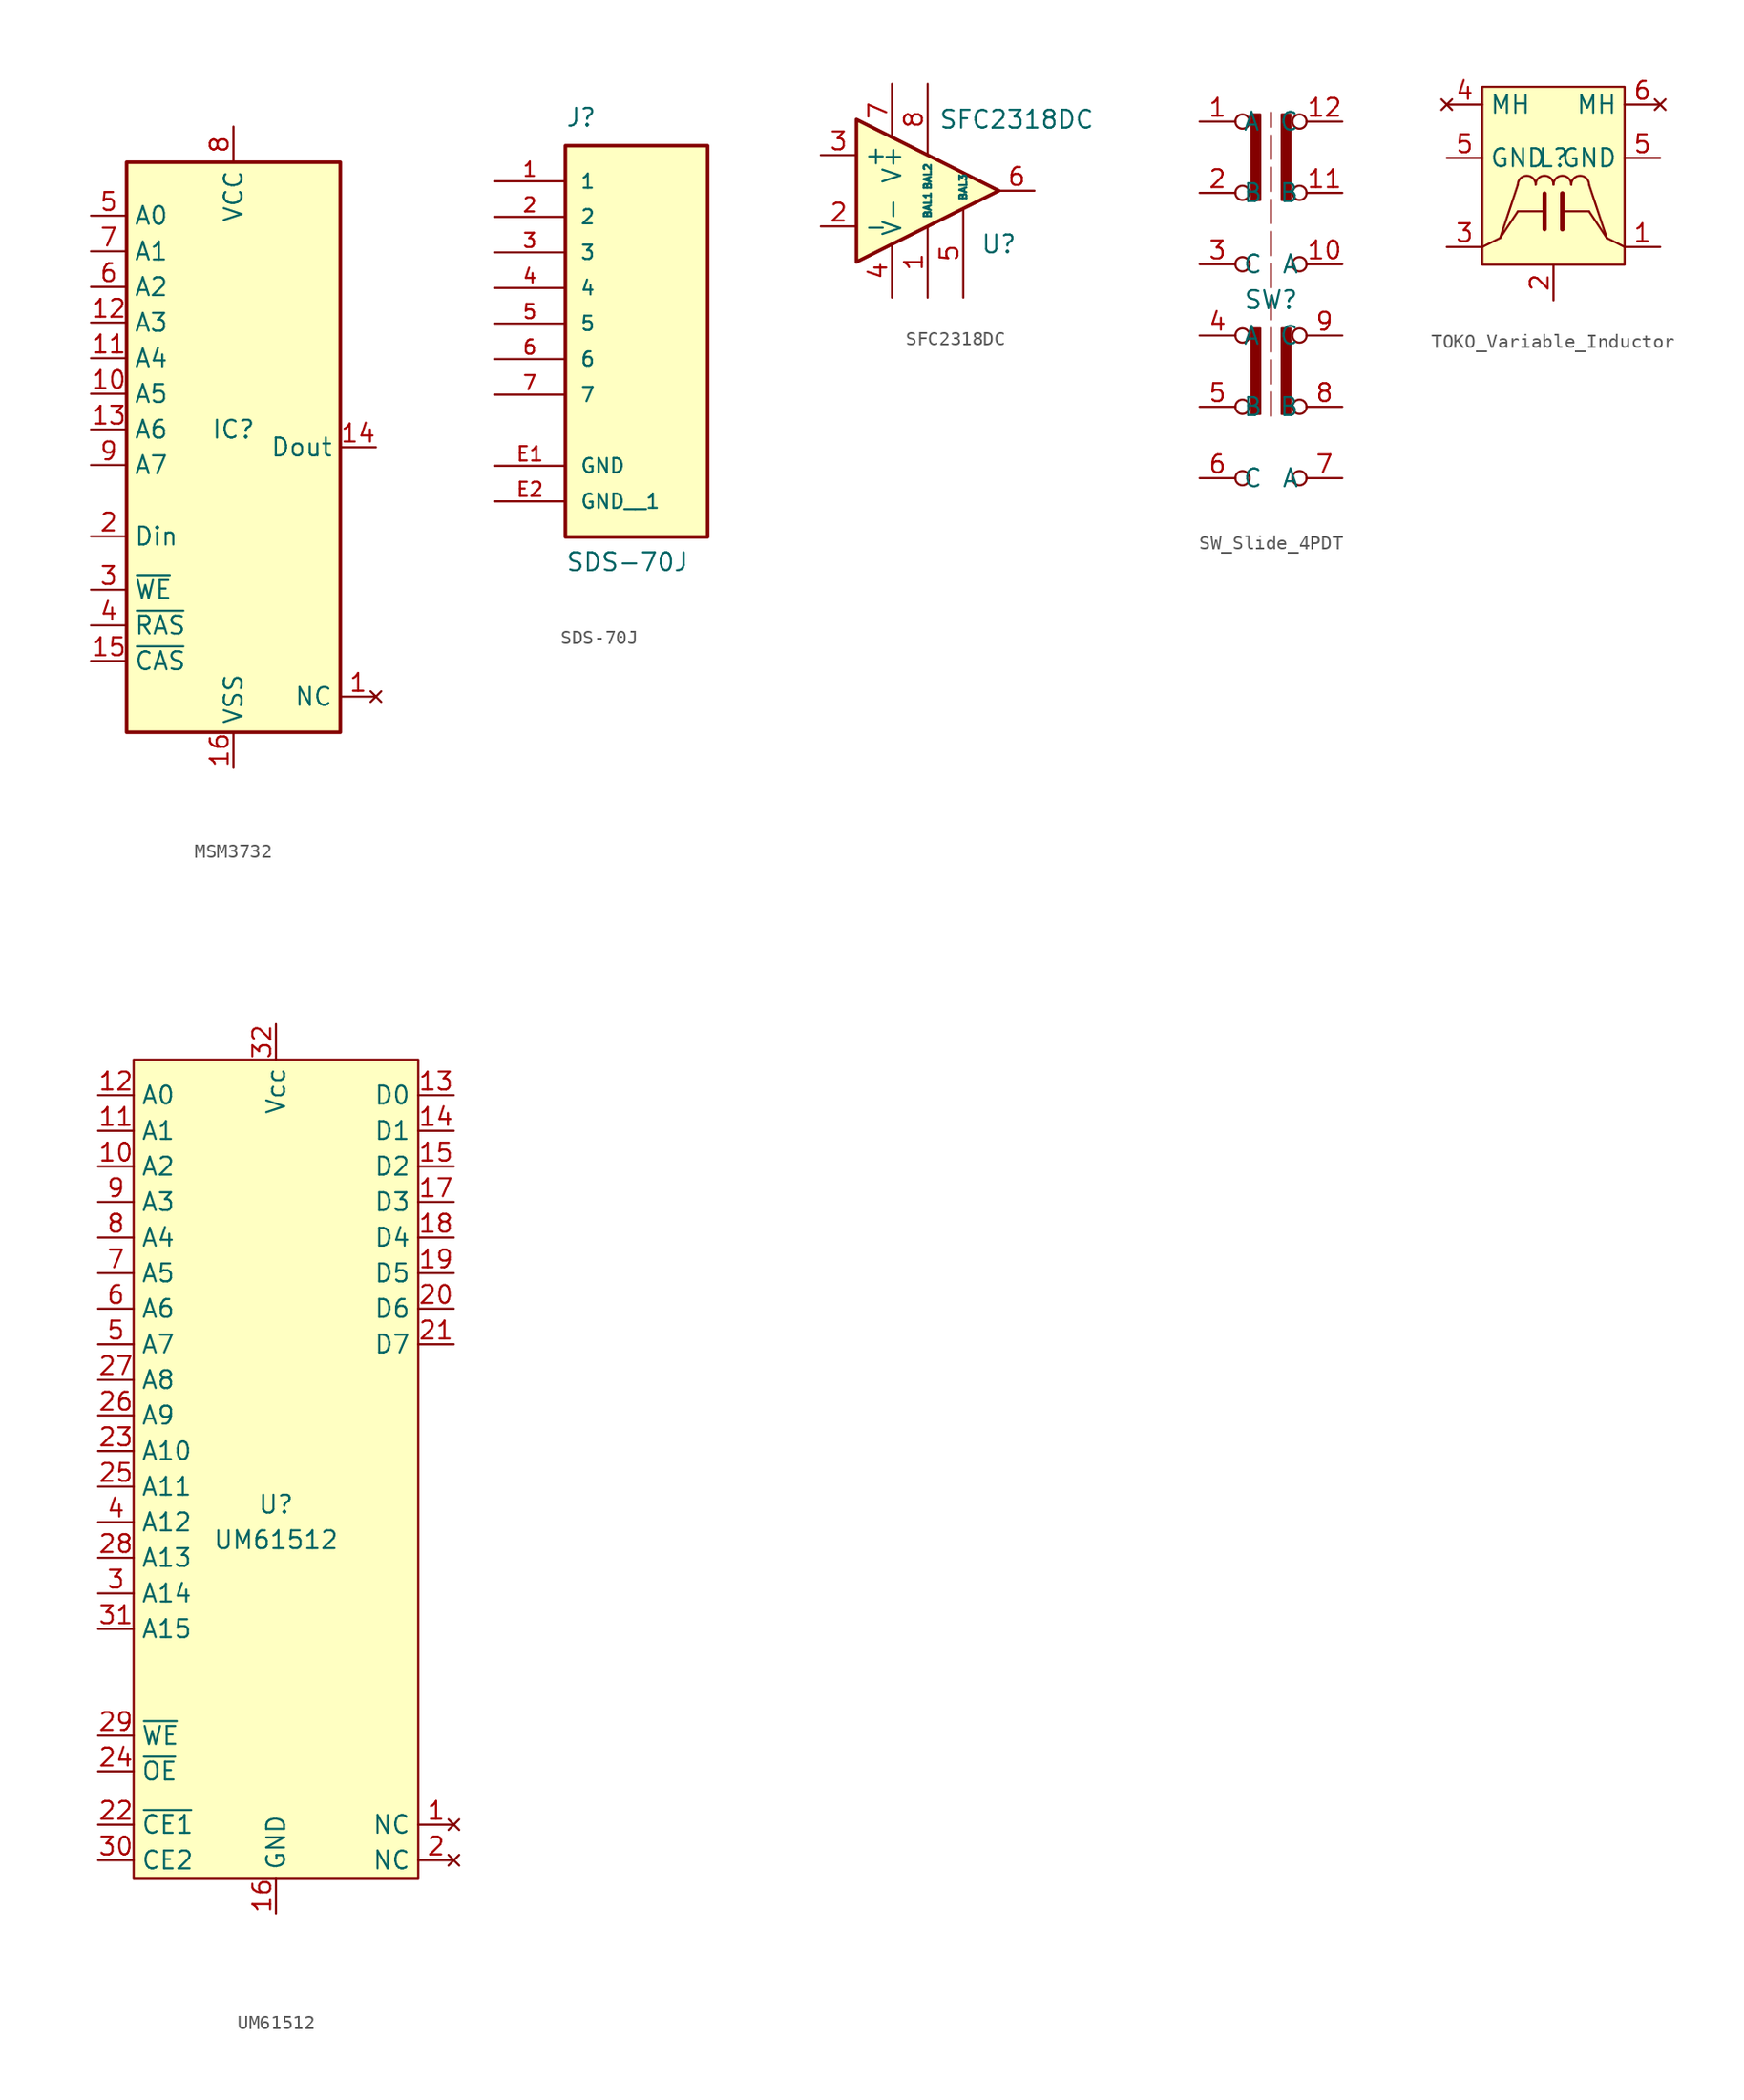
<source format=kicad_sym>
(kicad_symbol_lib
  (version 20231120)
  (generator "kicad_symbol_editor")
  (generator_version "8.0")
  (symbol "MSM3732"
    (property "Reference" "IC"
      (at 0 1.27 0)
      (effects (font (size 1.27 1.27))))
    (property "Value" ""
      (at 0 1.27 0)
      (effects (font (size 1.27 1.27))))
    (symbol "MSM3732_0_1"
      (rectangle (start -7.62 20.32) (end 7.62 -20.32) (stroke (width 0.254) (type default)) (fill (type background))))
    (symbol "MSM3732_1_1"
      (pin no_connect line (at 10.16 -17.78 180) (length 2.54) (name "NC" (effects (font (size 1.27 1.27)))) (number "1" (effects (font (size 1.27 1.27)))))
      (pin input line (at -10.16 3.81 0) (length 2.54) (name "A5" (effects (font (size 1.27 1.27)))) (number "10" (effects (font (size 1.27 1.27)))))
      (pin input line (at -10.16 6.35 0) (length 2.54) (name "A4" (effects (font (size 1.27 1.27)))) (number "11" (effects (font (size 1.27 1.27)))))
      (pin input line (at -10.16 8.89 0) (length 2.54) (name "A3" (effects (font (size 1.27 1.27)))) (number "12" (effects (font (size 1.27 1.27)))))
      (pin input line (at -10.16 1.27 0) (length 2.54) (name "A6" (effects (font (size 1.27 1.27)))) (number "13" (effects (font (size 1.27 1.27)))))
      (pin tri_state line (at 10.16 0 180) (length 2.54) (name "Dout" (effects (font (size 1.27 1.27)))) (number "14" (effects (font (size 1.27 1.27)))))
      (pin input line (at -10.16 -15.24 0) (length 2.54) (name "~{CAS}" (effects (font (size 1.27 1.27)))) (number "15" (effects (font (size 1.27 1.27)))))
      (pin power_in line (at 0 -22.86 90) (length 2.54) (name "VSS" (effects (font (size 1.27 1.27)))) (number "16" (effects (font (size 1.27 1.27)))))
      (pin input line (at -10.16 -6.35 0) (length 2.54) (name "Din" (effects (font (size 1.27 1.27)))) (number "2" (effects (font (size 1.27 1.27)))))
      (pin input line (at -10.16 -10.16 0) (length 2.54) (name "~{WE}" (effects (font (size 1.27 1.27)))) (number "3" (effects (font (size 1.27 1.27)))))
      (pin input line (at -10.16 -12.7 0) (length 2.54) (name "~{RAS}" (effects (font (size 1.27 1.27)))) (number "4" (effects (font (size 1.27 1.27)))))
      (pin input line (at -10.16 16.51 0) (length 2.54) (name "A0" (effects (font (size 1.27 1.27)))) (number "5" (effects (font (size 1.27 1.27)))))
      (pin input line (at -10.16 11.43 0) (length 2.54) (name "A2" (effects (font (size 1.27 1.27)))) (number "6" (effects (font (size 1.27 1.27)))))
      (pin input line (at -10.16 13.97 0) (length 2.54) (name "A1" (effects (font (size 1.27 1.27)))) (number "7" (effects (font (size 1.27 1.27)))))
      (pin power_in line (at 0 22.86 270) (length 2.54) (name "VCC" (effects (font (size 1.27 1.27)))) (number "8" (effects (font (size 1.27 1.27)))))
      (pin input line (at -10.16 -1.27 0) (length 2.54) (name "A7" (effects (font (size 1.27 1.27)))) (number "9" (effects (font (size 1.27 1.27)))))))
  (symbol "SDS-70J"
    (pin_names
      (offset 1.016))
    (property "Reference" "J"
      (at -5.08 13.97 0)
      (effects (font (size 1.27 1.27)) (justify left bottom)))
    (property "Value" "SDS-70J"
      (at -5.08 -17.78 0)
      (effects (font (size 1.27 1.27)) (justify left bottom)))
    (symbol "SDS-70J_0_0"
      (rectangle (start -5.08 -15.24) (end 5.08 12.7) (stroke (width 0.254) (type default)) (fill (type background)))
      (pin passive line (at -10.16 10.16 0) (length 5.08) (name "1" (effects (font (size 1.016 1.016)))) (number "1" (effects (font (size 1.016 1.016)))))
      (pin passive line (at -10.16 7.62 0) (length 5.08) (name "2" (effects (font (size 1.016 1.016)))) (number "2" (effects (font (size 1.016 1.016)))))
      (pin passive line (at -10.16 5.08 0) (length 5.08) (name "3" (effects (font (size 1.016 1.016)))) (number "3" (effects (font (size 1.016 1.016)))))
      (pin passive line (at -10.16 2.54 0) (length 5.08) (name "4" (effects (font (size 1.016 1.016)))) (number "4" (effects (font (size 1.016 1.016)))))
      (pin passive line (at -10.16 0 0) (length 5.08) (name "5" (effects (font (size 1.016 1.016)))) (number "5" (effects (font (size 1.016 1.016)))))
      (pin passive line (at -10.16 -2.54 0) (length 5.08) (name "6" (effects (font (size 1.016 1.016)))) (number "6" (effects (font (size 1.016 1.016)))))
      (pin passive line (at -10.16 -5.08 0) (length 5.08) (name "7" (effects (font (size 1.016 1.016)))) (number "7" (effects (font (size 1.016 1.016)))))
      (pin power_in line (at -10.16 -10.16 0) (length 5.08) (name "GND" (effects (font (size 1.016 1.016)))) (number "E1" (effects (font (size 1.016 1.016)))))
      (pin power_in line (at -10.16 -12.7 0) (length 5.08) (name "GND__1" (effects (font (size 1.016 1.016)))) (number "E2" (effects (font (size 1.016 1.016)))))))
  (symbol "SFC2318DC"
    (property "Reference" "U"
      (at 7.62 -3.81 0)
      (effects (font (size 1.27 1.27))))
    (property "Value" "SFC2318DC"
      (at 8.89 5.08 0)
      (effects (font (size 1.27 1.27))))
    (symbol "SFC2318DC_0_1"
      (polyline (pts (xy 7.62 0) (xy -2.54 5.08) (xy -2.54 -5.08) (xy 7.62 0)) (stroke (width 0.254) (type default)) (fill (type background))))
    (symbol "SFC2318DC_1_1"
      (pin passive line (at 2.54 -7.62 90) (length 5.08) (name "BAL1" (effects (font (size 0.508 0.508)))) (number "1" (effects (font (size 1.27 1.27)))))
      (pin input line (at -5.08 -2.54 0) (length 2.54) (name "-" (effects (font (size 1.27 1.27)))) (number "2" (effects (font (size 1.27 1.27)))))
      (pin input line (at -5.08 2.54 0) (length 2.54) (name "+" (effects (font (size 1.27 1.27)))) (number "3" (effects (font (size 1.27 1.27)))))
      (pin power_in line (at 0 -7.62 90) (length 3.81) (name "V-" (effects (font (size 1.27 1.27)))) (number "4" (effects (font (size 1.27 1.27)))))
      (pin passive line (at 5.08 -7.62 90) (length 6.35) (name "BAL3" (effects (font (size 0.508 0.508)))) (number "5" (effects (font (size 1.27 1.27)))))
      (pin output line (at 10.16 0 180) (length 2.54) (name "~" (effects (font (size 1.27 1.27)))) (number "6" (effects (font (size 1.27 1.27)))))
      (pin power_in line (at 0 7.62 270) (length 3.81) (name "V+" (effects (font (size 1.27 1.27)))) (number "7" (effects (font (size 1.27 1.27)))))
      (pin passive line (at 2.54 7.62 270) (length 5.08) (name "BAL2" (effects (font (size 0.508 0.508)))) (number "8" (effects (font (size 1.27 1.27)))))))
  (symbol "SW_Slide_4PDT"
    (property "Reference" "SW"
      (at 0 0 0)
      (effects (font (size 1.27 1.27))))
    (property "Value" ""
      (at 0 0 0)
      (effects (font (size 1.27 1.27))))
    (symbol "SW_Slide_4PDT_0_0"
      (circle (center -2.032 -12.7) (radius 0.508) (stroke (width 0) (type default)) (fill (type none)))
      (circle (center -2.032 -2.54) (radius 0.508) (stroke (width 0) (type default)) (fill (type none)))
      (circle (center -2.032 2.54) (radius 0.508) (stroke (width 0) (type default)) (fill (type none)))
      (circle (center -2.032 12.7) (radius 0.508) (stroke (width 0) (type default)) (fill (type none)))
      (circle (center 2.032 -12.7) (radius 0.508) (stroke (width 0) (type default)) (fill (type none)))
      (circle (center 2.032 -7.62) (radius 0.508) (stroke (width 0) (type default)) (fill (type none)))
      (circle (center 2.032 2.54) (radius 0.508) (stroke (width 0) (type default)) (fill (type none)))
      (circle (center 2.032 7.62) (radius 0.508) (stroke (width 0) (type default)) (fill (type none))))
    (symbol "SW_Slide_4PDT_0_1"
      (circle (center -2.032 -7.62) (radius 0.508) (stroke (width 0) (type default)) (fill (type none)))
      (circle (center -2.032 7.62) (radius 0.508) (stroke (width 0) (type default)) (fill (type none)))
      (circle (center 2.032 -2.54) (radius 0.508) (stroke (width 0) (type default)) (fill (type none)))
      (circle (center 2.032 12.7) (radius 0.508) (stroke (width 0) (type default)) (fill (type none))))
    (symbol "SW_Slide_4PDT_1_1"
      (rectangle (start -1.397 -2.032) (end -0.762 -8.128) (stroke (width 0) (type default)) (fill (type outline)))
      (rectangle (start -1.397 13.208) (end -0.762 7.112) (stroke (width 0) (type default)) (fill (type outline)))
      (polyline (pts (xy 0 -8.255) (xy 0 13.335)) (stroke (width 0) (type dash)) (fill (type none)))
      (rectangle (start 0.762 -2.032) (end 1.397 -8.128) (stroke (width 0) (type default)) (fill (type outline)))
      (rectangle (start 0.762 13.208) (end 1.397 7.112) (stroke (width 0) (type default)) (fill (type outline)))
      (pin passive line (at -5.08 12.7 0) (length 2.54) (name "A" (effects (font (size 1.27 1.27)))) (number "1" (effects (font (size 1.27 1.27)))))
      (pin passive line (at 5.08 2.54 180) (length 2.54) (name "A" (effects (font (size 1.27 1.27)))) (number "10" (effects (font (size 1.27 1.27)))))
      (pin passive line (at 5.08 7.62 180) (length 2.54) (name "B" (effects (font (size 1.27 1.27)))) (number "11" (effects (font (size 1.27 1.27)))))
      (pin passive line (at 5.08 12.7 180) (length 2.54) (name "C" (effects (font (size 1.27 1.27)))) (number "12" (effects (font (size 1.27 1.27)))))
      (pin passive line (at -5.08 7.62 0) (length 2.54) (name "B" (effects (font (size 1.27 1.27)))) (number "2" (effects (font (size 1.27 1.27)))))
      (pin passive line (at -5.08 2.54 0) (length 2.54) (name "C" (effects (font (size 1.27 1.27)))) (number "3" (effects (font (size 1.27 1.27)))))
      (pin passive line (at -5.08 -2.54 0) (length 2.54) (name "A" (effects (font (size 1.27 1.27)))) (number "4" (effects (font (size 1.27 1.27)))))
      (pin passive line (at -5.08 -7.62 0) (length 2.54) (name "B" (effects (font (size 1.27 1.27)))) (number "5" (effects (font (size 1.27 1.27)))))
      (pin passive line (at -5.08 -12.7 0) (length 2.54) (name "C" (effects (font (size 1.27 1.27)))) (number "6" (effects (font (size 1.27 1.27)))))
      (pin passive line (at 5.08 -12.7 180) (length 2.54) (name "A" (effects (font (size 1.27 1.27)))) (number "7" (effects (font (size 1.27 1.27)))))
      (pin passive line (at 5.08 -7.62 180) (length 2.54) (name "B" (effects (font (size 1.27 1.27)))) (number "8" (effects (font (size 1.27 1.27)))))
      (pin passive line (at 5.08 -2.54 180) (length 2.54) (name "C" (effects (font (size 1.27 1.27)))) (number "9" (effects (font (size 1.27 1.27)))))))
  (symbol "TOKO_Variable_Inductor"
    (property "Reference" "L"
      (at 0 0 0)
      (effects (font (size 1.27 1.27))))
    (property "Value" ""
      (at 0 0 0)
      (effects (font (size 1.27 1.27))))
    (symbol "TOKO_Variable_Inductor_0_1"
      (arc (start -1.27 -1.9023) (mid -1.905 -1.27) (end -2.54 -1.9023) (stroke (width 0) (type default)) (fill (type none)))
      (arc (start 0 -1.9023) (mid -0.635 -1.27) (end -1.27 -1.9023) (stroke (width 0) (type default)) (fill (type none)))
      (polyline (pts (xy -3.81 -5.715) (xy -5.08 -6.35)) (stroke (width 0) (type default)) (fill (type none)))
      (polyline (pts (xy -0.635 -5.08) (xy -0.635 -2.54)) (stroke (width 0.305) (type default)) (fill (type none)))
      (polyline (pts (xy -0.635 -3.81) (xy -2.54 -3.81)) (stroke (width 0) (type default)) (fill (type none)))
      (polyline (pts (xy 0.635 -5.08) (xy 0.635 -2.54)) (stroke (width 0.33) (type default)) (fill (type none)))
      (polyline (pts (xy 0.635 -3.81) (xy 2.54 -3.81)) (stroke (width 0) (type default)) (fill (type none)))
      (polyline (pts (xy 2.54 -3.81) (xy 3.81 -5.715)) (stroke (width 0) (type default)) (fill (type none)))
      (polyline (pts (xy 2.54 -1.905) (xy 3.81 -5.715)) (stroke (width 0) (type default)) (fill (type none)))
      (polyline (pts (xy 3.81 -5.715) (xy 5.08 -6.35)) (stroke (width 0) (type default)) (fill (type none)))
      (polyline (pts (xy -2.54 -3.81) (xy -3.81 -5.715) (xy -2.54 -1.905)) (stroke (width 0) (type default)) (fill (type none)))
      (arc (start 1.27 -1.9023) (mid 0.635 -1.27) (end 0 -1.9023) (stroke (width 0) (type default)) (fill (type none)))
      (arc (start 2.54 -1.9023) (mid 1.905 -1.27) (end 1.27 -1.9023) (stroke (width 0) (type default)) (fill (type none))))
    (symbol "TOKO_Variable_Inductor_1_1"
      (rectangle (start -5.08 5.08) (end 5.08 -7.62) (stroke (width 0) (type default)) (fill (type background)))
      (pin passive line (at 7.62 -6.35 180) (length 2.54) (name "~" (effects (font (size 1.27 1.27)))) (number "1" (effects (font (size 1.27 1.27)))))
      (pin passive line (at 0 -10.16 90) (length 2.54) (name "~" (effects (font (size 1.27 1.27)))) (number "2" (effects (font (size 1.27 1.27)))))
      (pin passive line (at -7.62 -6.35 0) (length 2.54) (name "~" (effects (font (size 1.27 1.27)))) (number "3" (effects (font (size 1.27 1.27)))))
      (pin no_connect line (at -7.62 3.81 0) (length 2.54) (name "MH" (effects (font (size 1.27 1.27)))) (number "4" (effects (font (size 1.27 1.27)))))
      (pin passive line (at -7.62 0 0) (length 2.54) (name "GND" (effects (font (size 1.27 1.27)))) (number "5" (effects (font (size 1.27 1.27)))))
      (pin passive line (at 7.62 0 180) (length 2.54) (name "GND" (effects (font (size 1.27 1.27)))) (number "5" (effects (font (size 1.27 1.27)))))
      (pin no_connect line (at 7.62 3.81 180) (length 2.54) (name "MH" (effects (font (size 1.27 1.27)))) (number "6" (effects (font (size 1.27 1.27)))))))
  (symbol "UM61512"
    (property "Reference" "U"
      (at 0 -3.81 0)
      (effects (font (size 1.27 1.27))))
    (property "Value" "UM61512"
      (at 0 -6.35 0)
      (effects (font (size 1.27 1.27))))
    (symbol "UM61512_0_1"
      (rectangle (start -10.16 27.94) (end 10.16 -30.48) (stroke (width 0) (type default)) (fill (type background))))
    (symbol "UM61512_1_1"
      (pin no_connect line (at 12.7 -26.67 180) (length 2.54) (name "NC" (effects (font (size 1.27 1.27)))) (number "1" (effects (font (size 1.27 1.27)))))
      (pin input line (at -12.7 20.32 0) (length 2.54) (name "A2" (effects (font (size 1.27 1.27)))) (number "10" (effects (font (size 1.27 1.27)))))
      (pin input line (at -12.7 22.86 0) (length 2.54) (name "A1" (effects (font (size 1.27 1.27)))) (number "11" (effects (font (size 1.27 1.27)))))
      (pin input line (at -12.7 25.4 0) (length 2.54) (name "A0" (effects (font (size 1.27 1.27)))) (number "12" (effects (font (size 1.27 1.27)))))
      (pin bidirectional line (at 12.7 25.4 180) (length 2.54) (name "D0" (effects (font (size 1.27 1.27)))) (number "13" (effects (font (size 1.27 1.27)))))
      (pin bidirectional line (at 12.7 22.86 180) (length 2.54) (name "D1" (effects (font (size 1.27 1.27)))) (number "14" (effects (font (size 1.27 1.27)))))
      (pin bidirectional line (at 12.7 20.32 180) (length 2.54) (name "D2" (effects (font (size 1.27 1.27)))) (number "15" (effects (font (size 1.27 1.27)))))
      (pin power_in line (at 0 -33.02 90) (length 2.54) (name "GND" (effects (font (size 1.27 1.27)))) (number "16" (effects (font (size 1.27 1.27)))))
      (pin bidirectional line (at 12.7 17.78 180) (length 2.54) (name "D3" (effects (font (size 1.27 1.27)))) (number "17" (effects (font (size 1.27 1.27)))))
      (pin bidirectional line (at 12.7 15.24 180) (length 2.54) (name "D4" (effects (font (size 1.27 1.27)))) (number "18" (effects (font (size 1.27 1.27)))))
      (pin bidirectional line (at 12.7 12.7 180) (length 2.54) (name "D5" (effects (font (size 1.27 1.27)))) (number "19" (effects (font (size 1.27 1.27)))))
      (pin no_connect line (at 12.7 -29.21 180) (length 2.54) (name "NC" (effects (font (size 1.27 1.27)))) (number "2" (effects (font (size 1.27 1.27)))))
      (pin bidirectional line (at 12.7 10.16 180) (length 2.54) (name "D6" (effects (font (size 1.27 1.27)))) (number "20" (effects (font (size 1.27 1.27)))))
      (pin bidirectional line (at 12.7 7.62 180) (length 2.54) (name "D7" (effects (font (size 1.27 1.27)))) (number "21" (effects (font (size 1.27 1.27)))))
      (pin input line (at -12.7 -26.67 0) (length 2.54) (name "~{CE1}" (effects (font (size 1.27 1.27)))) (number "22" (effects (font (size 1.27 1.27)))))
      (pin input line (at -12.7 0 0) (length 2.54) (name "A10" (effects (font (size 1.27 1.27)))) (number "23" (effects (font (size 1.27 1.27)))))
      (pin input line (at -12.7 -22.86 0) (length 2.54) (name "~{OE}" (effects (font (size 1.27 1.27)))) (number "24" (effects (font (size 1.27 1.27)))))
      (pin input line (at -12.7 -2.54 0) (length 2.54) (name "A11" (effects (font (size 1.27 1.27)))) (number "25" (effects (font (size 1.27 1.27)))))
      (pin input line (at -12.7 2.54 0) (length 2.54) (name "A9" (effects (font (size 1.27 1.27)))) (number "26" (effects (font (size 1.27 1.27)))))
      (pin input line (at -12.7 5.08 0) (length 2.54) (name "A8" (effects (font (size 1.27 1.27)))) (number "27" (effects (font (size 1.27 1.27)))))
      (pin input line (at -12.7 -7.62 0) (length 2.54) (name "A13" (effects (font (size 1.27 1.27)))) (number "28" (effects (font (size 1.27 1.27)))))
      (pin input line (at -12.7 -20.32 0) (length 2.54) (name "~{WE}" (effects (font (size 1.27 1.27)))) (number "29" (effects (font (size 1.27 1.27)))))
      (pin input line (at -12.7 -10.16 0) (length 2.54) (name "A14" (effects (font (size 1.27 1.27)))) (number "3" (effects (font (size 1.27 1.27)))))
      (pin input line (at -12.7 -29.21 0) (length 2.54) (name "CE2" (effects (font (size 1.27 1.27)))) (number "30" (effects (font (size 1.27 1.27)))))
      (pin input line (at -12.7 -12.7 0) (length 2.54) (name "A15" (effects (font (size 1.27 1.27)))) (number "31" (effects (font (size 1.27 1.27)))))
      (pin power_in line (at 0 30.48 270) (length 2.54) (name "Vcc" (effects (font (size 1.27 1.27)))) (number "32" (effects (font (size 1.27 1.27)))))
      (pin input line (at -12.7 -5.08 0) (length 2.54) (name "A12" (effects (font (size 1.27 1.27)))) (number "4" (effects (font (size 1.27 1.27)))))
      (pin input line (at -12.7 7.62 0) (length 2.54) (name "A7" (effects (font (size 1.27 1.27)))) (number "5" (effects (font (size 1.27 1.27)))))
      (pin input line (at -12.7 10.16 0) (length 2.54) (name "A6" (effects (font (size 1.27 1.27)))) (number "6" (effects (font (size 1.27 1.27)))))
      (pin input line (at -12.7 12.7 0) (length 2.54) (name "A5" (effects (font (size 1.27 1.27)))) (number "7" (effects (font (size 1.27 1.27)))))
      (pin input line (at -12.7 15.24 0) (length 2.54) (name "A4" (effects (font (size 1.27 1.27)))) (number "8" (effects (font (size 1.27 1.27)))))
      (pin input line (at -12.7 17.78 0) (length 2.54) (name "A3" (effects (font (size 1.27 1.27)))) (number "9" (effects (font (size 1.27 1.27))))))))
</source>
